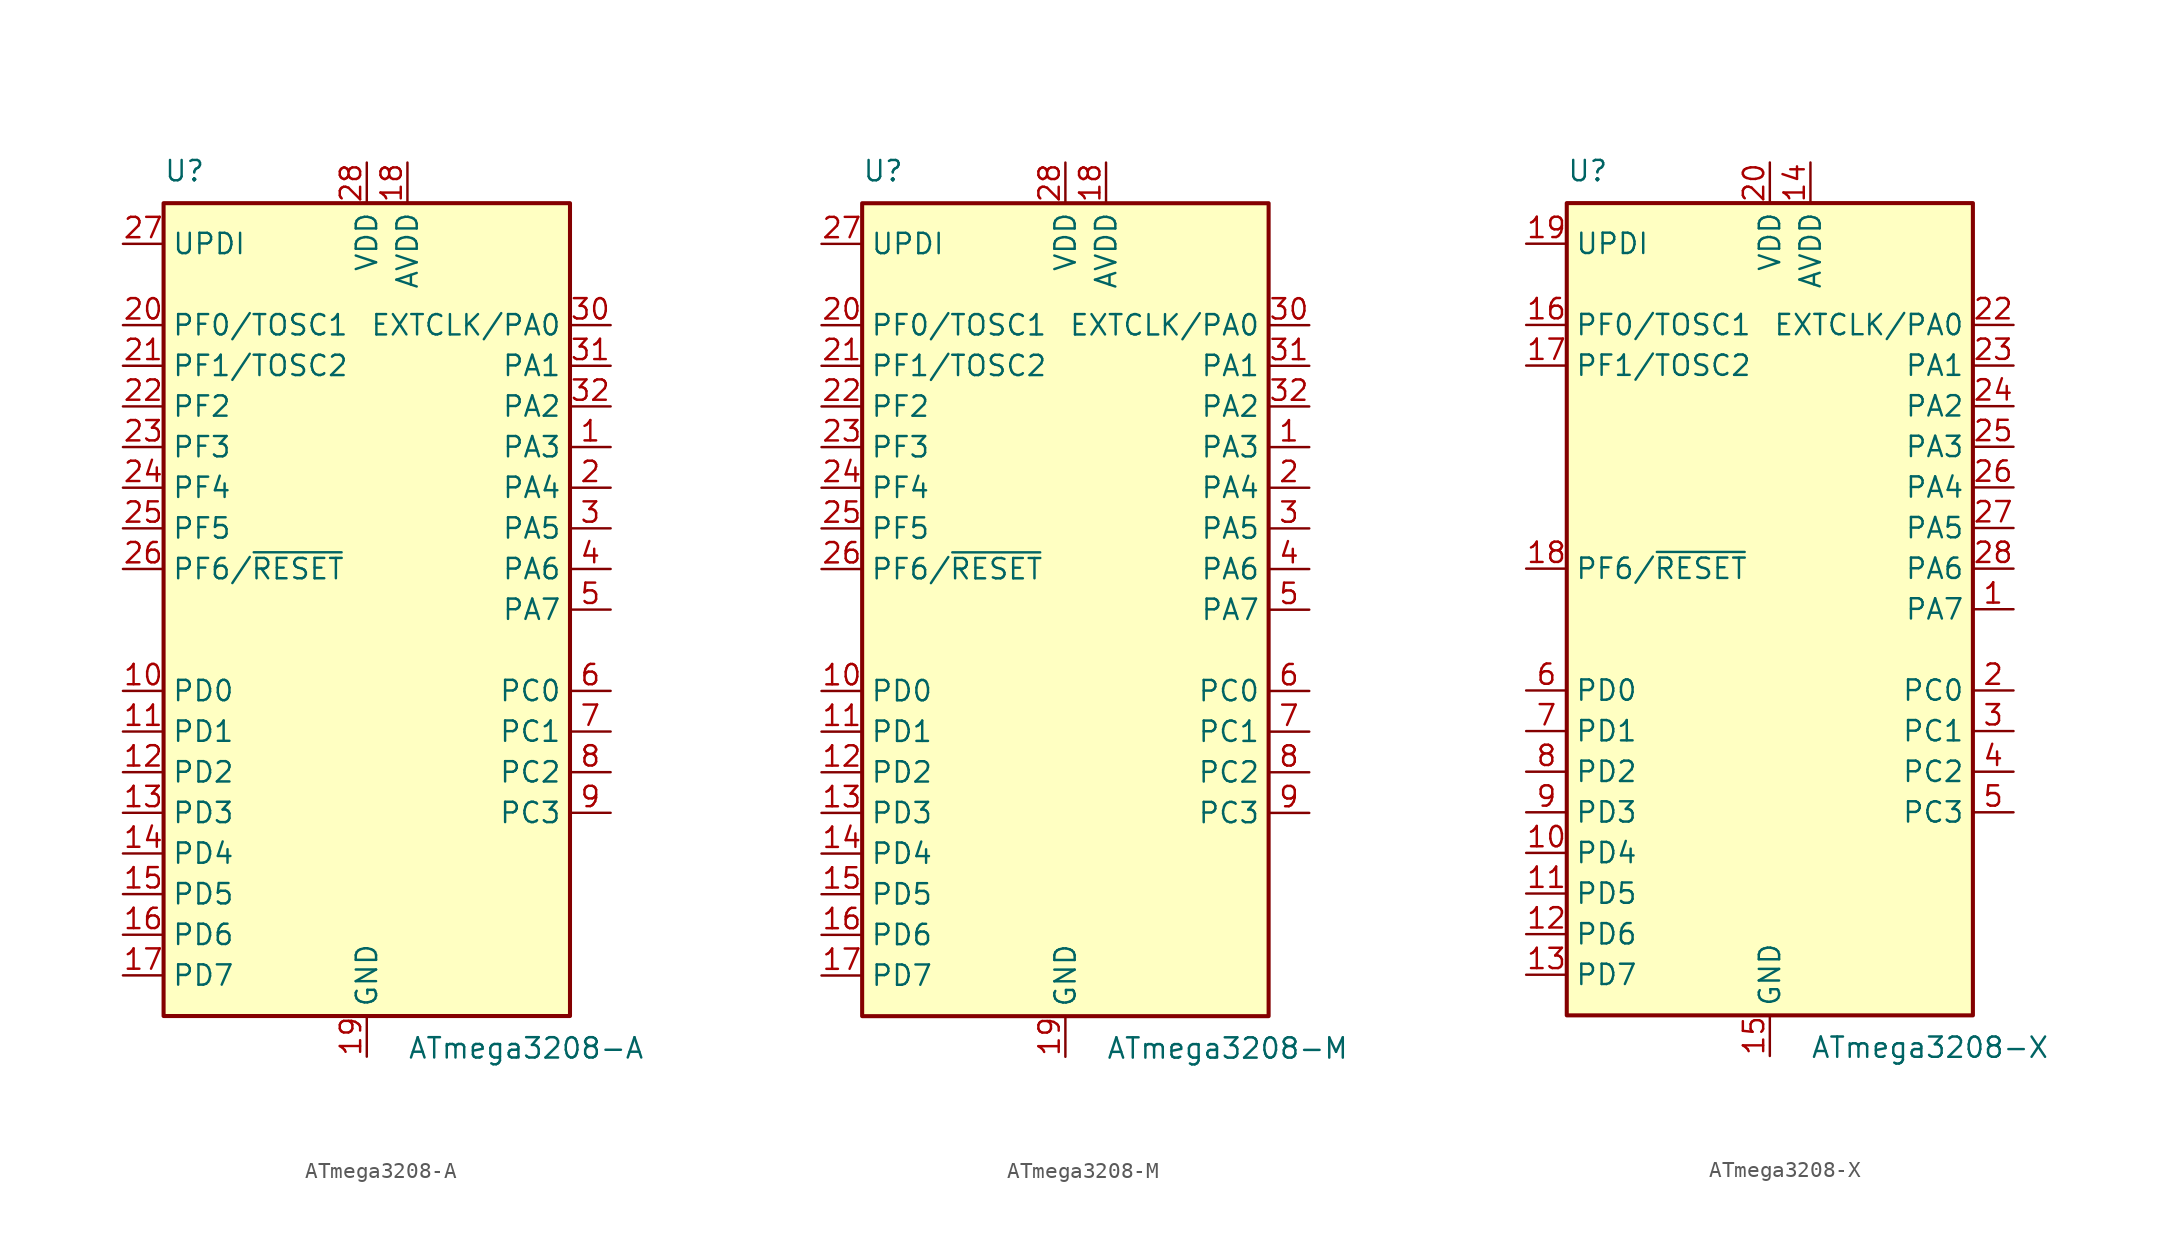
<source format=kicad_sym>
(kicad_symbol_lib
  (version 20201005)
  (generator kicad_symbol_editor)
  (symbol "ATmega3208-A"
    (property "Reference" "U"
      (at -12.7 26.67 0)
      (effects (font (size 1.27 1.27)) (justify left bottom)))
    (property "Value" "ATmega3208-A"
      (at 2.54 -26.67 0)
      (effects (font (size 1.27 1.27)) (justify left top)))
    (symbol "ATmega3208-A_0_1"
      (rectangle (start -12.7 -25.4) (end 12.7 25.4) (stroke (width 0.254)) (fill (type background))))
    (symbol "ATmega3208-A_1_1"
      (pin bidirectional line (at 15.24 10.16 180) (length 2.54) (name "PA3" (effects (font (size 1.27 1.27)))) (number "1" (effects (font (size 1.27 1.27)))))
      (pin bidirectional line (at -15.24 -5.08 0) (length 2.54) (name "PD0" (effects (font (size 1.27 1.27)))) (number "10" (effects (font (size 1.27 1.27)))))
      (pin bidirectional line (at -15.24 -7.62 0) (length 2.54) (name "PD1" (effects (font (size 1.27 1.27)))) (number "11" (effects (font (size 1.27 1.27)))))
      (pin bidirectional line (at -15.24 -10.16 0) (length 2.54) (name "PD2" (effects (font (size 1.27 1.27)))) (number "12" (effects (font (size 1.27 1.27)))))
      (pin bidirectional line (at -15.24 -12.7 0) (length 2.54) (name "PD3" (effects (font (size 1.27 1.27)))) (number "13" (effects (font (size 1.27 1.27)))))
      (pin bidirectional line (at -15.24 -15.24 0) (length 2.54) (name "PD4" (effects (font (size 1.27 1.27)))) (number "14" (effects (font (size 1.27 1.27)))))
      (pin bidirectional line (at -15.24 -17.78 0) (length 2.54) (name "PD5" (effects (font (size 1.27 1.27)))) (number "15" (effects (font (size 1.27 1.27)))))
      (pin bidirectional line (at -15.24 -20.32 0) (length 2.54) (name "PD6" (effects (font (size 1.27 1.27)))) (number "16" (effects (font (size 1.27 1.27)))))
      (pin bidirectional line (at -15.24 -22.86 0) (length 2.54) (name "PD7" (effects (font (size 1.27 1.27)))) (number "17" (effects (font (size 1.27 1.27)))))
      (pin power_in line (at 2.54 27.94 270) (length 2.54) (name "AVDD" (effects (font (size 1.27 1.27)))) (number "18" (effects (font (size 1.27 1.27)))))
      (pin power_in line (at 0 -27.94 90) (length 2.54) (name "GND" (effects (font (size 1.27 1.27)))) (number "19" (effects (font (size 1.27 1.27)))))
      (pin bidirectional line (at 15.24 7.62 180) (length 2.54) (name "PA4" (effects (font (size 1.27 1.27)))) (number "2" (effects (font (size 1.27 1.27)))))
      (pin bidirectional line (at -15.24 17.78 0) (length 2.54) (name "PF0/TOSC1" (effects (font (size 1.27 1.27)))) (number "20" (effects (font (size 1.27 1.27)))))
      (pin bidirectional line (at -15.24 15.24 0) (length 2.54) (name "PF1/TOSC2" (effects (font (size 1.27 1.27)))) (number "21" (effects (font (size 1.27 1.27)))))
      (pin bidirectional line (at -15.24 12.7 0) (length 2.54) (name "PF2" (effects (font (size 1.27 1.27)))) (number "22" (effects (font (size 1.27 1.27)))))
      (pin bidirectional line (at -15.24 10.16 0) (length 2.54) (name "PF3" (effects (font (size 1.27 1.27)))) (number "23" (effects (font (size 1.27 1.27)))))
      (pin bidirectional line (at -15.24 7.62 0) (length 2.54) (name "PF4" (effects (font (size 1.27 1.27)))) (number "24" (effects (font (size 1.27 1.27)))))
      (pin bidirectional line (at -15.24 5.08 0) (length 2.54) (name "PF5" (effects (font (size 1.27 1.27)))) (number "25" (effects (font (size 1.27 1.27)))))
      (pin bidirectional line (at -15.24 2.54 0) (length 2.54) (name "PF6/~RESET" (effects (font (size 1.27 1.27)))) (number "26" (effects (font (size 1.27 1.27)))))
      (pin bidirectional line (at -15.24 22.86 0) (length 2.54) (name "UPDI" (effects (font (size 1.27 1.27)))) (number "27" (effects (font (size 1.27 1.27)))))
      (pin power_in line (at 0 27.94 270) (length 2.54) (name "VDD" (effects (font (size 1.27 1.27)))) (number "28" (effects (font (size 1.27 1.27)))))
      (pin passive line (at 0 -27.94 90) (length 2.54) hide (name "GND" (effects (font (size 1.27 1.27)))) (number "29" (effects (font (size 1.27 1.27)))))
      (pin bidirectional line (at 15.24 5.08 180) (length 2.54) (name "PA5" (effects (font (size 1.27 1.27)))) (number "3" (effects (font (size 1.27 1.27)))))
      (pin bidirectional line (at 15.24 17.78 180) (length 2.54) (name "EXTCLK/PA0" (effects (font (size 1.27 1.27)))) (number "30" (effects (font (size 1.27 1.27)))))
      (pin bidirectional line (at 15.24 15.24 180) (length 2.54) (name "PA1" (effects (font (size 1.27 1.27)))) (number "31" (effects (font (size 1.27 1.27)))))
      (pin bidirectional line (at 15.24 12.7 180) (length 2.54) (name "PA2" (effects (font (size 1.27 1.27)))) (number "32" (effects (font (size 1.27 1.27)))))
      (pin bidirectional line (at 15.24 2.54 180) (length 2.54) (name "PA6" (effects (font (size 1.27 1.27)))) (number "4" (effects (font (size 1.27 1.27)))))
      (pin bidirectional line (at 15.24 0 180) (length 2.54) (name "PA7" (effects (font (size 1.27 1.27)))) (number "5" (effects (font (size 1.27 1.27)))))
      (pin bidirectional line (at 15.24 -5.08 180) (length 2.54) (name "PC0" (effects (font (size 1.27 1.27)))) (number "6" (effects (font (size 1.27 1.27)))))
      (pin bidirectional line (at 15.24 -7.62 180) (length 2.54) (name "PC1" (effects (font (size 1.27 1.27)))) (number "7" (effects (font (size 1.27 1.27)))))
      (pin bidirectional line (at 15.24 -10.16 180) (length 2.54) (name "PC2" (effects (font (size 1.27 1.27)))) (number "8" (effects (font (size 1.27 1.27)))))
      (pin bidirectional line (at 15.24 -12.7 180) (length 2.54) (name "PC3" (effects (font (size 1.27 1.27)))) (number "9" (effects (font (size 1.27 1.27)))))))
  (symbol "ATmega3208-M"
    (property "Reference" "U"
      (at -12.7 26.67 0)
      (effects (font (size 1.27 1.27)) (justify left bottom)))
    (property "Value" "ATmega3208-M"
      (at 2.54 -26.67 0)
      (effects (font (size 1.27 1.27)) (justify left top)))
    (symbol "ATmega3208-M_0_1"
      (rectangle (start -12.7 -25.4) (end 12.7 25.4) (stroke (width 0.254)) (fill (type background))))
    (symbol "ATmega3208-M_1_1"
      (pin bidirectional line (at 15.24 10.16 180) (length 2.54) (name "PA3" (effects (font (size 1.27 1.27)))) (number "1" (effects (font (size 1.27 1.27)))))
      (pin bidirectional line (at -15.24 -5.08 0) (length 2.54) (name "PD0" (effects (font (size 1.27 1.27)))) (number "10" (effects (font (size 1.27 1.27)))))
      (pin bidirectional line (at -15.24 -7.62 0) (length 2.54) (name "PD1" (effects (font (size 1.27 1.27)))) (number "11" (effects (font (size 1.27 1.27)))))
      (pin bidirectional line (at -15.24 -10.16 0) (length 2.54) (name "PD2" (effects (font (size 1.27 1.27)))) (number "12" (effects (font (size 1.27 1.27)))))
      (pin bidirectional line (at -15.24 -12.7 0) (length 2.54) (name "PD3" (effects (font (size 1.27 1.27)))) (number "13" (effects (font (size 1.27 1.27)))))
      (pin bidirectional line (at -15.24 -15.24 0) (length 2.54) (name "PD4" (effects (font (size 1.27 1.27)))) (number "14" (effects (font (size 1.27 1.27)))))
      (pin bidirectional line (at -15.24 -17.78 0) (length 2.54) (name "PD5" (effects (font (size 1.27 1.27)))) (number "15" (effects (font (size 1.27 1.27)))))
      (pin bidirectional line (at -15.24 -20.32 0) (length 2.54) (name "PD6" (effects (font (size 1.27 1.27)))) (number "16" (effects (font (size 1.27 1.27)))))
      (pin bidirectional line (at -15.24 -22.86 0) (length 2.54) (name "PD7" (effects (font (size 1.27 1.27)))) (number "17" (effects (font (size 1.27 1.27)))))
      (pin power_in line (at 2.54 27.94 270) (length 2.54) (name "AVDD" (effects (font (size 1.27 1.27)))) (number "18" (effects (font (size 1.27 1.27)))))
      (pin power_in line (at 0 -27.94 90) (length 2.54) (name "GND" (effects (font (size 1.27 1.27)))) (number "19" (effects (font (size 1.27 1.27)))))
      (pin bidirectional line (at 15.24 7.62 180) (length 2.54) (name "PA4" (effects (font (size 1.27 1.27)))) (number "2" (effects (font (size 1.27 1.27)))))
      (pin bidirectional line (at -15.24 17.78 0) (length 2.54) (name "PF0/TOSC1" (effects (font (size 1.27 1.27)))) (number "20" (effects (font (size 1.27 1.27)))))
      (pin bidirectional line (at -15.24 15.24 0) (length 2.54) (name "PF1/TOSC2" (effects (font (size 1.27 1.27)))) (number "21" (effects (font (size 1.27 1.27)))))
      (pin bidirectional line (at -15.24 12.7 0) (length 2.54) (name "PF2" (effects (font (size 1.27 1.27)))) (number "22" (effects (font (size 1.27 1.27)))))
      (pin bidirectional line (at -15.24 10.16 0) (length 2.54) (name "PF3" (effects (font (size 1.27 1.27)))) (number "23" (effects (font (size 1.27 1.27)))))
      (pin bidirectional line (at -15.24 7.62 0) (length 2.54) (name "PF4" (effects (font (size 1.27 1.27)))) (number "24" (effects (font (size 1.27 1.27)))))
      (pin bidirectional line (at -15.24 5.08 0) (length 2.54) (name "PF5" (effects (font (size 1.27 1.27)))) (number "25" (effects (font (size 1.27 1.27)))))
      (pin bidirectional line (at -15.24 2.54 0) (length 2.54) (name "PF6/~RESET" (effects (font (size 1.27 1.27)))) (number "26" (effects (font (size 1.27 1.27)))))
      (pin bidirectional line (at -15.24 22.86 0) (length 2.54) (name "UPDI" (effects (font (size 1.27 1.27)))) (number "27" (effects (font (size 1.27 1.27)))))
      (pin power_in line (at 0 27.94 270) (length 2.54) (name "VDD" (effects (font (size 1.27 1.27)))) (number "28" (effects (font (size 1.27 1.27)))))
      (pin passive line (at 0 -27.94 90) (length 2.54) hide (name "GND" (effects (font (size 1.27 1.27)))) (number "29" (effects (font (size 1.27 1.27)))))
      (pin bidirectional line (at 15.24 5.08 180) (length 2.54) (name "PA5" (effects (font (size 1.27 1.27)))) (number "3" (effects (font (size 1.27 1.27)))))
      (pin bidirectional line (at 15.24 17.78 180) (length 2.54) (name "EXTCLK/PA0" (effects (font (size 1.27 1.27)))) (number "30" (effects (font (size 1.27 1.27)))))
      (pin bidirectional line (at 15.24 15.24 180) (length 2.54) (name "PA1" (effects (font (size 1.27 1.27)))) (number "31" (effects (font (size 1.27 1.27)))))
      (pin bidirectional line (at 15.24 12.7 180) (length 2.54) (name "PA2" (effects (font (size 1.27 1.27)))) (number "32" (effects (font (size 1.27 1.27)))))
      (pin passive line (at 0 -27.94 90) (length 2.54) hide (name "GND" (effects (font (size 1.27 1.27)))) (number "33" (effects (font (size 1.27 1.27)))))
      (pin bidirectional line (at 15.24 2.54 180) (length 2.54) (name "PA6" (effects (font (size 1.27 1.27)))) (number "4" (effects (font (size 1.27 1.27)))))
      (pin bidirectional line (at 15.24 0 180) (length 2.54) (name "PA7" (effects (font (size 1.27 1.27)))) (number "5" (effects (font (size 1.27 1.27)))))
      (pin bidirectional line (at 15.24 -5.08 180) (length 2.54) (name "PC0" (effects (font (size 1.27 1.27)))) (number "6" (effects (font (size 1.27 1.27)))))
      (pin bidirectional line (at 15.24 -7.62 180) (length 2.54) (name "PC1" (effects (font (size 1.27 1.27)))) (number "7" (effects (font (size 1.27 1.27)))))
      (pin bidirectional line (at 15.24 -10.16 180) (length 2.54) (name "PC2" (effects (font (size 1.27 1.27)))) (number "8" (effects (font (size 1.27 1.27)))))
      (pin bidirectional line (at 15.24 -12.7 180) (length 2.54) (name "PC3" (effects (font (size 1.27 1.27)))) (number "9" (effects (font (size 1.27 1.27)))))))
  (symbol "ATmega3208-X"
    (property "Reference" "U"
      (at -12.7 26.67 0)
      (effects (font (size 1.27 1.27)) (justify left bottom)))
    (property "Value" "ATmega3208-X"
      (at 2.54 -26.67 0)
      (effects (font (size 1.27 1.27)) (justify left top)))
    (symbol "ATmega3208-X_0_1"
      (rectangle (start -12.7 -25.4) (end 12.7 25.4) (stroke (width 0.254)) (fill (type background))))
    (symbol "ATmega3208-X_1_1"
      (pin bidirectional line (at 15.24 0 180) (length 2.54) (name "PA7" (effects (font (size 1.27 1.27)))) (number "1" (effects (font (size 1.27 1.27)))))
      (pin bidirectional line (at -15.24 -15.24 0) (length 2.54) (name "PD4" (effects (font (size 1.27 1.27)))) (number "10" (effects (font (size 1.27 1.27)))))
      (pin bidirectional line (at -15.24 -17.78 0) (length 2.54) (name "PD5" (effects (font (size 1.27 1.27)))) (number "11" (effects (font (size 1.27 1.27)))))
      (pin bidirectional line (at -15.24 -20.32 0) (length 2.54) (name "PD6" (effects (font (size 1.27 1.27)))) (number "12" (effects (font (size 1.27 1.27)))))
      (pin bidirectional line (at -15.24 -22.86 0) (length 2.54) (name "PD7" (effects (font (size 1.27 1.27)))) (number "13" (effects (font (size 1.27 1.27)))))
      (pin power_in line (at 2.54 27.94 270) (length 2.54) (name "AVDD" (effects (font (size 1.27 1.27)))) (number "14" (effects (font (size 1.27 1.27)))))
      (pin power_in line (at 0 -27.94 90) (length 2.54) (name "GND" (effects (font (size 1.27 1.27)))) (number "15" (effects (font (size 1.27 1.27)))))
      (pin bidirectional line (at -15.24 17.78 0) (length 2.54) (name "PF0/TOSC1" (effects (font (size 1.27 1.27)))) (number "16" (effects (font (size 1.27 1.27)))))
      (pin bidirectional line (at -15.24 15.24 0) (length 2.54) (name "PF1/TOSC2" (effects (font (size 1.27 1.27)))) (number "17" (effects (font (size 1.27 1.27)))))
      (pin bidirectional line (at -15.24 2.54 0) (length 2.54) (name "PF6/~RESET" (effects (font (size 1.27 1.27)))) (number "18" (effects (font (size 1.27 1.27)))))
      (pin bidirectional line (at -15.24 22.86 0) (length 2.54) (name "UPDI" (effects (font (size 1.27 1.27)))) (number "19" (effects (font (size 1.27 1.27)))))
      (pin bidirectional line (at 15.24 -5.08 180) (length 2.54) (name "PC0" (effects (font (size 1.27 1.27)))) (number "2" (effects (font (size 1.27 1.27)))))
      (pin power_in line (at 0 27.94 270) (length 2.54) (name "VDD" (effects (font (size 1.27 1.27)))) (number "20" (effects (font (size 1.27 1.27)))))
      (pin passive line (at 0 -27.94 90) (length 2.54) hide (name "GND" (effects (font (size 1.27 1.27)))) (number "21" (effects (font (size 1.27 1.27)))))
      (pin bidirectional line (at 15.24 17.78 180) (length 2.54) (name "EXTCLK/PA0" (effects (font (size 1.27 1.27)))) (number "22" (effects (font (size 1.27 1.27)))))
      (pin bidirectional line (at 15.24 15.24 180) (length 2.54) (name "PA1" (effects (font (size 1.27 1.27)))) (number "23" (effects (font (size 1.27 1.27)))))
      (pin bidirectional line (at 15.24 12.7 180) (length 2.54) (name "PA2" (effects (font (size 1.27 1.27)))) (number "24" (effects (font (size 1.27 1.27)))))
      (pin bidirectional line (at 15.24 10.16 180) (length 2.54) (name "PA3" (effects (font (size 1.27 1.27)))) (number "25" (effects (font (size 1.27 1.27)))))
      (pin bidirectional line (at 15.24 7.62 180) (length 2.54) (name "PA4" (effects (font (size 1.27 1.27)))) (number "26" (effects (font (size 1.27 1.27)))))
      (pin bidirectional line (at 15.24 5.08 180) (length 2.54) (name "PA5" (effects (font (size 1.27 1.27)))) (number "27" (effects (font (size 1.27 1.27)))))
      (pin bidirectional line (at 15.24 2.54 180) (length 2.54) (name "PA6" (effects (font (size 1.27 1.27)))) (number "28" (effects (font (size 1.27 1.27)))))
      (pin bidirectional line (at 15.24 -7.62 180) (length 2.54) (name "PC1" (effects (font (size 1.27 1.27)))) (number "3" (effects (font (size 1.27 1.27)))))
      (pin bidirectional line (at 15.24 -10.16 180) (length 2.54) (name "PC2" (effects (font (size 1.27 1.27)))) (number "4" (effects (font (size 1.27 1.27)))))
      (pin bidirectional line (at 15.24 -12.7 180) (length 2.54) (name "PC3" (effects (font (size 1.27 1.27)))) (number "5" (effects (font (size 1.27 1.27)))))
      (pin bidirectional line (at -15.24 -5.08 0) (length 2.54) (name "PD0" (effects (font (size 1.27 1.27)))) (number "6" (effects (font (size 1.27 1.27)))))
      (pin bidirectional line (at -15.24 -7.62 0) (length 2.54) (name "PD1" (effects (font (size 1.27 1.27)))) (number "7" (effects (font (size 1.27 1.27)))))
      (pin bidirectional line (at -15.24 -10.16 0) (length 2.54) (name "PD2" (effects (font (size 1.27 1.27)))) (number "8" (effects (font (size 1.27 1.27)))))
      (pin bidirectional line (at -15.24 -12.7 0) (length 2.54) (name "PD3" (effects (font (size 1.27 1.27)))) (number "9" (effects (font (size 1.27 1.27))))))))
</source>
